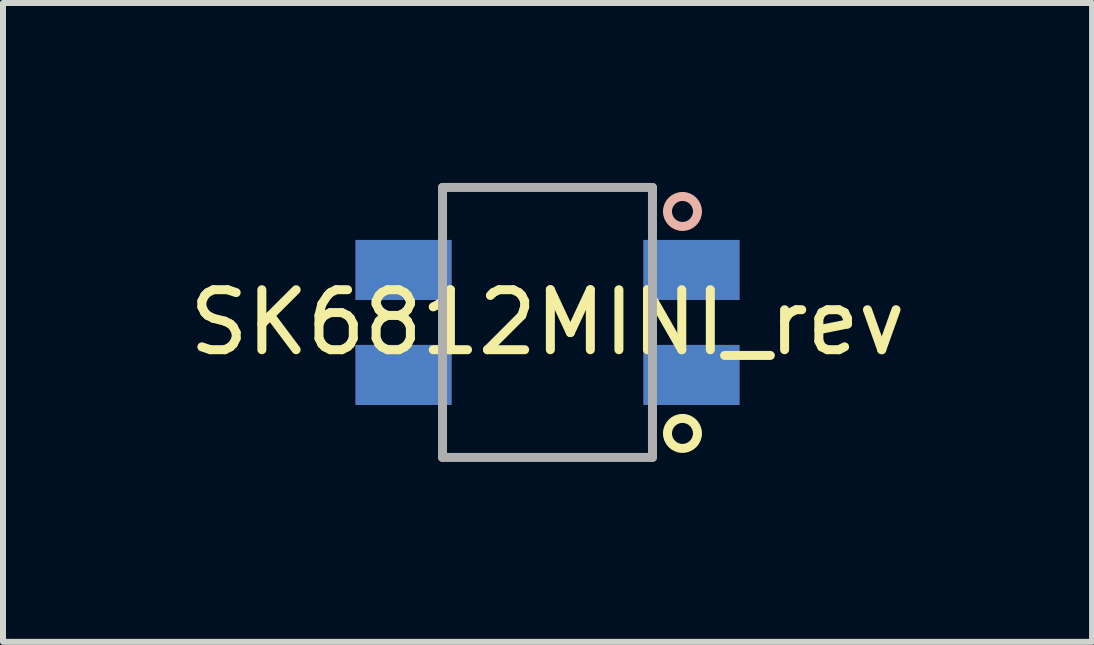
<source format=kicad_pcb>
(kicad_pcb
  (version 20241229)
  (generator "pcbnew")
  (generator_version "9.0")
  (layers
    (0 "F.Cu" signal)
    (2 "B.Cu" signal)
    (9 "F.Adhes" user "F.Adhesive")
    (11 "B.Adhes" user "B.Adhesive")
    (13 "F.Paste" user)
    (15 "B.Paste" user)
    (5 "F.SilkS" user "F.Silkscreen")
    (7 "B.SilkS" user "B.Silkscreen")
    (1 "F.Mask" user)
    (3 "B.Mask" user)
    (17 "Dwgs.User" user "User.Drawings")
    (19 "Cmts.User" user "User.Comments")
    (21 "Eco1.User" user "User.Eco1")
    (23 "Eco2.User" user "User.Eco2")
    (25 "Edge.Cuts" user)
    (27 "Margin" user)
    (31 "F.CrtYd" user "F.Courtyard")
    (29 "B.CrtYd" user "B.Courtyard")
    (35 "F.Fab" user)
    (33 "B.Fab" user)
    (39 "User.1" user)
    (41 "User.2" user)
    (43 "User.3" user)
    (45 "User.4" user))
  (footprint "SK6812MINI_rev"
    (layer "F.Cu")
    (at 6.077 2.325)
    (property "Reference" "SK6812MINI_rev" (at 0 0 0) (layer "F.SilkS") (effects (font (size 1 1) (thickness 0.15))))
    (attr through_hole)
    (fp_circle (center 2.25 1.85) (end 2.25 1.6) (stroke (width 0.15) (type solid)) (fill no) (layer "F.SilkS"))
    (fp_circle (center 2.25 -1.85) (end 2.25 -2.1) (stroke (width 0.15) (type solid)) (fill no) (layer "B.SilkS"))
    (fp_line (start -1.75 -2.25) (end -1.75 2.25) (stroke (width 0.15) (type solid)) (layer "F.Fab"))
    (fp_line (start -1.75 -2.25) (end 1.75 -2.25) (stroke (width 0.15) (type solid)) (layer "F.Fab"))
    (fp_line (start 1.75 -2.25) (end 1.75 2.25) (stroke (width 0.15) (type solid)) (layer "F.Fab"))
    (fp_line (start 1.75 2.25) (end -1.75 2.25) (stroke (width 0.15) (type solid)) (layer "F.Fab"))
    (pad "1" smd rect (at -2.4 -0.875) (size 1.6 1) (layers "B.Cu" "B.Mask" "B.Paste"))
    (pad "1" smd rect (at -2.4 0.875) (size 1.6 1) (layers "F.Cu" "F.Mask" "F.Paste"))
    (pad "2" smd rect (at -2.4 -0.875) (size 1.6 1) (layers "F.Cu" "F.Mask" "F.Paste"))
    (pad "2" smd rect (at -2.4 0.875) (size 1.6 1) (layers "B.Cu" "B.Mask" "B.Paste"))
    (pad "3" smd rect (at 2.4 -0.875) (size 1.6 1) (layers "F.Cu" "F.Mask" "F.Paste"))
    (pad "3" smd rect (at 2.4 0.875) (size 1.6 1) (layers "B.Cu" "B.Mask" "B.Paste"))
    (pad "4" smd rect (at 2.4 -0.875) (size 1.6 1) (layers "B.Cu" "B.Mask" "B.Paste"))
    (pad "4" smd rect (at 2.4 0.875) (size 1.6 1) (layers "F.Cu" "F.Mask" "F.Paste")))
  (gr_rect
    (start -3 -3)
    (end 15.155 7.65)
    (stroke (width 0.1) (type default))
    (fill no)
    (layer "Edge.Cuts")))
</source>
